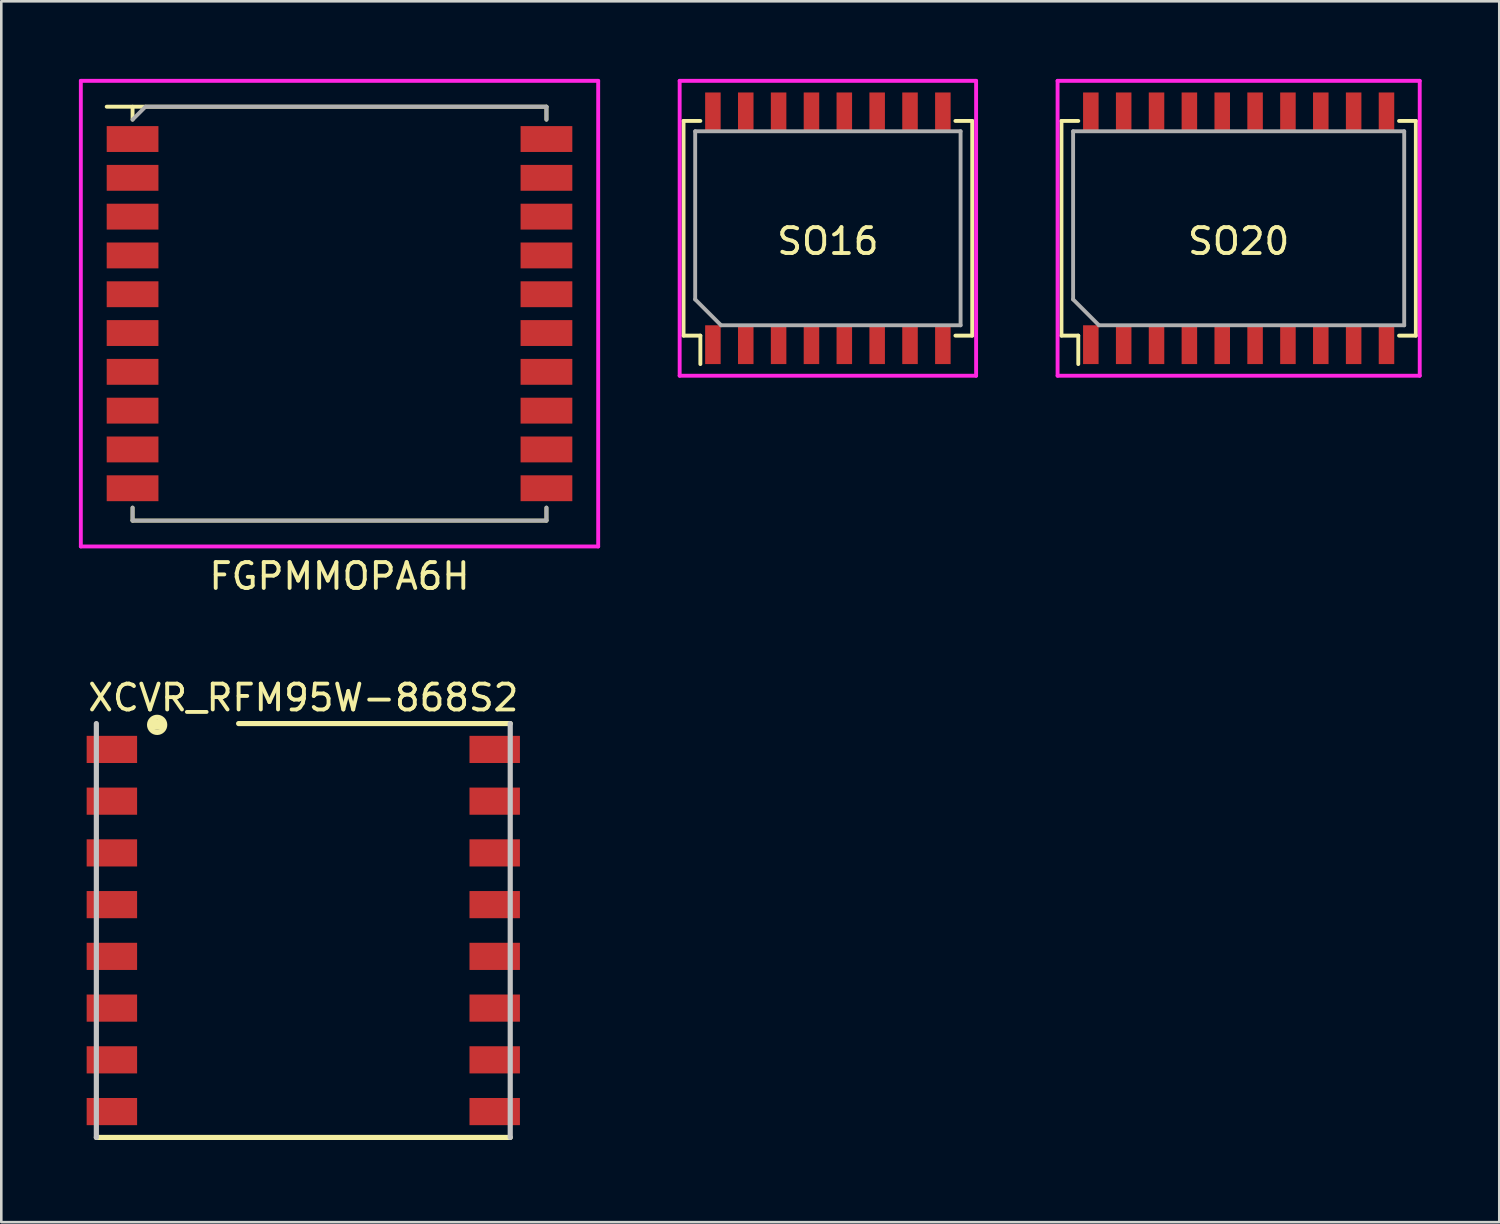
<source format=kicad_pcb>
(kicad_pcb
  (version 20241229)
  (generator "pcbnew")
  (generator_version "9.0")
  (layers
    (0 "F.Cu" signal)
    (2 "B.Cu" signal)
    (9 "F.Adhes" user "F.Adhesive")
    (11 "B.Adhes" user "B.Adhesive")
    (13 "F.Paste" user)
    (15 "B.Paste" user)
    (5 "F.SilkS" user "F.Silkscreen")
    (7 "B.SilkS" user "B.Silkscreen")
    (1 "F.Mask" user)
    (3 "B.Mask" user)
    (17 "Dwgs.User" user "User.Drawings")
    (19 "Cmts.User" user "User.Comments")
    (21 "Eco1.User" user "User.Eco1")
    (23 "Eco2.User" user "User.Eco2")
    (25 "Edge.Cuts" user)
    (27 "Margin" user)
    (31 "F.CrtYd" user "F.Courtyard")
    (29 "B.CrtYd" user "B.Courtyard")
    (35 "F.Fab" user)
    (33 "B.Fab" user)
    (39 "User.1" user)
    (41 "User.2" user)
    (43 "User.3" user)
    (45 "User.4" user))
  (footprint "XCVR_RFM95W-868S2"
    (layer "F.Cu")
    (at 8.675 32.922)
    (property "Reference" "XCVR_RFM95W-868S2" (at 0 -9 0) (layer "F.SilkS") (effects (font (size 1 1) (thickness 0.15))))
    (attr smd)
    (fp_line (start -2.5 -8) (end 8 -8) (stroke (width 0.2) (type solid)) (layer "F.SilkS"))
    (fp_line (start 8 8) (end -8 8) (stroke (width 0.2) (type solid)) (layer "F.SilkS"))
    (fp_circle (center -5.65 -7.95) (end -5.358 -7.95) (stroke (width 0.2) (type solid)) (fill no) (layer "F.SilkS"))
    (fp_poly (pts (xy -5.912 -8.15) (xy -5.4 -8.15) (xy -5.4 -7.758) (xy -5.912 -7.758)) (stroke (width 0) (type solid)) (fill yes) (layer "F.SilkS"))
    (fp_line (start -8 8) (end -8 -8) (stroke (width 0.2) (type solid)) (layer "Dwgs.User"))
    (fp_line (start 8 -8) (end 8 8) (stroke (width 0.2) (type solid)) (layer "Dwgs.User"))
    (fp_line (start -8.65 -8.25) (end 8.65 -8.25) (stroke (width 0.05) (type solid)) (layer "Eco1.User"))
    (fp_line (start -8.65 8.25) (end -8.65 -8.25) (stroke (width 0.05) (type solid)) (layer "Eco1.User"))
    (fp_line (start 8.65 -8.25) (end 8.65 8.25) (stroke (width 0.05) (type solid)) (layer "Eco1.User"))
    (fp_line (start 8.65 8.25) (end -8.65 8.25) (stroke (width 0.05) (type solid)) (layer "Eco1.User"))
    (pad "1" smd rect (at -7.4 -7) (size 1.95 1.05) (layers "F.Cu" "F.Mask" "F.Paste"))
    (pad "2" smd rect (at -7.4 -5) (size 1.95 1.05) (layers "F.Cu" "F.Mask" "F.Paste"))
    (pad "3" smd rect (at -7.4 -3) (size 1.95 1.05) (layers "F.Cu" "F.Mask" "F.Paste"))
    (pad "4" smd rect (at -7.4 -1) (size 1.95 1.05) (layers "F.Cu" "F.Mask" "F.Paste"))
    (pad "5" smd rect (at -7.4 1) (size 1.95 1.05) (layers "F.Cu" "F.Mask" "F.Paste"))
    (pad "6" smd rect (at -7.4 3) (size 1.95 1.05) (layers "F.Cu" "F.Mask" "F.Paste"))
    (pad "7" smd rect (at -7.4 5) (size 1.95 1.05) (layers "F.Cu" "F.Mask" "F.Paste"))
    (pad "8" smd rect (at -7.4 7) (size 1.95 1.05) (layers "F.Cu" "F.Mask" "F.Paste"))
    (pad "9" smd rect (at 7.4 7 180) (size 1.95 1.05) (layers "F.Cu" "F.Mask" "F.Paste"))
    (pad "10" smd rect (at 7.4 5 180) (size 1.95 1.05) (layers "F.Cu" "F.Mask" "F.Paste"))
    (pad "11" smd rect (at 7.4 3 180) (size 1.95 1.05) (layers "F.Cu" "F.Mask" "F.Paste"))
    (pad "12" smd rect (at 7.4 1 180) (size 1.95 1.05) (layers "F.Cu" "F.Mask" "F.Paste"))
    (pad "13" smd rect (at 7.4 -1 180) (size 1.95 1.05) (layers "F.Cu" "F.Mask" "F.Paste"))
    (pad "14" smd rect (at 7.4 -3 180) (size 1.95 1.05) (layers "F.Cu" "F.Mask" "F.Paste"))
    (pad "15" smd rect (at 7.4 -5 180) (size 1.95 1.05) (layers "F.Cu" "F.Mask" "F.Paste"))
    (pad "16" smd rect (at 7.4 -7 180) (size 1.95 1.05) (layers "F.Cu" "F.Mask" "F.Paste")))
  (footprint "SO20"
    (layer "F.Cu")
    (at 44.835 5.775)
    (property "Reference" "SO20" (at 0 0.5 0) (layer "F.SilkS") (effects (font (size 1 1) (thickness 0.15))))
    (attr through_hole)
    (fp_line (start -6.85 -4.15) (end -6.85 4.15) (stroke (width 0.15) (type solid)) (layer "F.SilkS"))
    (fp_line (start -6.2 -4.15) (end -6.85 -4.15) (stroke (width 0.15) (type solid)) (layer "F.SilkS"))
    (fp_line (start -6.2 4.15) (end -6.85 4.15) (stroke (width 0.15) (type solid)) (layer "F.SilkS"))
    (fp_line (start -6.2 5.25) (end -6.2 4.15) (stroke (width 0.15) (type solid)) (layer "F.SilkS"))
    (fp_line (start 6.85 -4.15) (end 6.2 -4.15) (stroke (width 0.15) (type solid)) (layer "F.SilkS"))
    (fp_line (start 6.85 -4.15) (end 6.85 4.15) (stroke (width 0.15) (type solid)) (layer "F.SilkS"))
    (fp_line (start 6.85 4.15) (end 6.2 4.15) (stroke (width 0.15) (type solid)) (layer "F.SilkS"))
    (fp_line (start -7 -5.7) (end 7 -5.7) (stroke (width 0.15) (type solid)) (layer "F.CrtYd"))
    (fp_line (start -7 5.7) (end -7 -5.7) (stroke (width 0.15) (type solid)) (layer "F.CrtYd"))
    (fp_line (start 7 -5.7) (end 7 5.7) (stroke (width 0.15) (type solid)) (layer "F.CrtYd"))
    (fp_line (start 7 5.7) (end -7 5.7) (stroke (width 0.15) (type solid)) (layer "F.CrtYd"))
    (fp_line (start -6.4 2.75) (end -6.4 -3.75) (stroke (width 0.15) (type solid)) (layer "F.Fab"))
    (fp_line (start -6.4 2.75) (end -5.4 3.75) (stroke (width 0.15) (type solid)) (layer "F.Fab"))
    (fp_line (start -5.4 3.75) (end 6.4 3.75) (stroke (width 0.15) (type solid)) (layer "F.Fab"))
    (fp_line (start 6.4 -3.75) (end -6.4 -3.75) (stroke (width 0.15) (type solid)) (layer "F.Fab"))
    (fp_line (start 6.4 -3.75) (end 6.4 3.75) (stroke (width 0.15) (type solid)) (layer "F.Fab"))
    (pad "1" smd rect (at -5.715 4.5) (size 0.6 1.5) (layers "F.Cu" "F.Mask" "F.Paste"))
    (pad "2" smd rect (at -4.445 4.5) (size 0.6 1.5) (layers "F.Cu" "F.Mask" "F.Paste"))
    (pad "3" smd rect (at -3.175 4.5) (size 0.6 1.5) (layers "F.Cu" "F.Mask" "F.Paste"))
    (pad "4" smd rect (at -1.905 4.5) (size 0.6 1.5) (layers "F.Cu" "F.Mask" "F.Paste"))
    (pad "5" smd rect (at -0.635 4.5) (size 0.6 1.5) (layers "F.Cu" "F.Mask" "F.Paste"))
    (pad "6" smd rect (at 0.635 4.5) (size 0.6 1.5) (layers "F.Cu" "F.Mask" "F.Paste"))
    (pad "7" smd rect (at 1.905 4.5) (size 0.6 1.5) (layers "F.Cu" "F.Mask" "F.Paste"))
    (pad "8" smd rect (at 3.175 4.5) (size 0.6 1.5) (layers "F.Cu" "F.Mask" "F.Paste"))
    (pad "9" smd rect (at 4.445 4.5) (size 0.6 1.5) (layers "F.Cu" "F.Mask" "F.Paste"))
    (pad "10" smd rect (at 5.715 4.5) (size 0.6 1.5) (layers "F.Cu" "F.Mask" "F.Paste"))
    (pad "11" smd rect (at 5.715 -4.5) (size 0.6 1.5) (layers "F.Cu" "F.Mask" "F.Paste"))
    (pad "12" smd rect (at 4.445 -4.5) (size 0.6 1.5) (layers "F.Cu" "F.Mask" "F.Paste"))
    (pad "13" smd rect (at 3.175 -4.5) (size 0.6 1.5) (layers "F.Cu" "F.Mask" "F.Paste"))
    (pad "14" smd rect (at 1.905 -4.5) (size 0.6 1.5) (layers "F.Cu" "F.Mask" "F.Paste"))
    (pad "15" smd rect (at 0.635 -4.5) (size 0.6 1.5) (layers "F.Cu" "F.Mask" "F.Paste"))
    (pad "16" smd rect (at -0.635 -4.5) (size 0.6 1.5) (layers "F.Cu" "F.Mask" "F.Paste"))
    (pad "17" smd rect (at -1.905 -4.5) (size 0.6 1.5) (layers "F.Cu" "F.Mask" "F.Paste"))
    (pad "18" smd rect (at -3.175 -4.5) (size 0.6 1.5) (layers "F.Cu" "F.Mask" "F.Paste"))
    (pad "19" smd rect (at -4.445 -4.5) (size 0.6 1.5) (layers "F.Cu" "F.Mask" "F.Paste"))
    (pad "20" smd rect (at -5.715 -4.5) (size 0.6 1.5) (layers "F.Cu" "F.Mask" "F.Paste")))
  (footprint "SO16"
    (layer "F.Cu")
    (at 28.955 5.775)
    (property "Reference" "SO16" (at 0 0.5 0) (layer "F.SilkS") (effects (font (size 1 1) (thickness 0.15))))
    (attr smd)
    (fp_line (start -5.58 -4.15) (end -5.58 4.15) (stroke (width 0.15) (type solid)) (layer "F.SilkS"))
    (fp_line (start -4.93 -4.15) (end -5.58 -4.15) (stroke (width 0.15) (type solid)) (layer "F.SilkS"))
    (fp_line (start -4.93 4.15) (end -5.58 4.15) (stroke (width 0.15) (type solid)) (layer "F.SilkS"))
    (fp_line (start -4.93 5.25) (end -4.93 4.15) (stroke (width 0.15) (type solid)) (layer "F.SilkS"))
    (fp_line (start 5.58 -4.15) (end 4.93 -4.15) (stroke (width 0.15) (type solid)) (layer "F.SilkS"))
    (fp_line (start 5.58 -4.15) (end 5.58 4.15) (stroke (width 0.15) (type solid)) (layer "F.SilkS"))
    (fp_line (start 5.58 4.15) (end 4.93 4.15) (stroke (width 0.15) (type solid)) (layer "F.SilkS"))
    (fp_line (start -5.73 -5.7) (end 5.73 -5.7) (stroke (width 0.15) (type solid)) (layer "F.CrtYd"))
    (fp_line (start -5.73 5.7) (end -5.73 -5.7) (stroke (width 0.15) (type solid)) (layer "F.CrtYd"))
    (fp_line (start 5.73 -5.7) (end 5.73 5.7) (stroke (width 0.15) (type solid)) (layer "F.CrtYd"))
    (fp_line (start 5.73 5.7) (end -5.73 5.7) (stroke (width 0.15) (type solid)) (layer "F.CrtYd"))
    (fp_line (start -5.13 2.75) (end -5.13 -3.75) (stroke (width 0.15) (type solid)) (layer "F.Fab"))
    (fp_line (start -5.13 2.75) (end -4.13 3.75) (stroke (width 0.15) (type solid)) (layer "F.Fab"))
    (fp_line (start -4.13 3.75) (end 5.13 3.75) (stroke (width 0.15) (type solid)) (layer "F.Fab"))
    (fp_line (start 5.13 -3.75) (end -5.13 -3.75) (stroke (width 0.15) (type solid)) (layer "F.Fab"))
    (fp_line (start 5.13 -3.75) (end 5.13 3.75) (stroke (width 0.15) (type solid)) (layer "F.Fab"))
    (pad "1" smd rect (at -4.445 4.5) (size 0.6 1.5) (layers "F.Cu" "F.Mask" "F.Paste"))
    (pad "2" smd rect (at -3.175 4.5) (size 0.6 1.5) (layers "F.Cu" "F.Mask" "F.Paste"))
    (pad "3" smd rect (at -1.905 4.5) (size 0.6 1.5) (layers "F.Cu" "F.Mask" "F.Paste"))
    (pad "4" smd rect (at -0.635 4.5) (size 0.6 1.5) (layers "F.Cu" "F.Mask" "F.Paste"))
    (pad "5" smd rect (at 0.635 4.5) (size 0.6 1.5) (layers "F.Cu" "F.Mask" "F.Paste"))
    (pad "6" smd rect (at 1.905 4.5) (size 0.6 1.5) (layers "F.Cu" "F.Mask" "F.Paste"))
    (pad "7" smd rect (at 3.175 4.5) (size 0.6 1.5) (layers "F.Cu" "F.Mask" "F.Paste"))
    (pad "8" smd rect (at 4.445 4.5) (size 0.6 1.5) (layers "F.Cu" "F.Mask" "F.Paste"))
    (pad "9" smd rect (at 4.445 -4.5) (size 0.6 1.5) (layers "F.Cu" "F.Mask" "F.Paste"))
    (pad "10" smd rect (at 3.175 -4.5) (size 0.6 1.5) (layers "F.Cu" "F.Mask" "F.Paste"))
    (pad "11" smd rect (at 1.905 -4.5) (size 0.6 1.5) (layers "F.Cu" "F.Mask" "F.Paste"))
    (pad "12" smd rect (at 0.635 -4.5) (size 0.6 1.5) (layers "F.Cu" "F.Mask" "F.Paste"))
    (pad "13" smd rect (at -0.635 -4.5) (size 0.6 1.5) (layers "F.Cu" "F.Mask" "F.Paste"))
    (pad "14" smd rect (at -1.905 -4.5) (size 0.6 1.5) (layers "F.Cu" "F.Mask" "F.Paste"))
    (pad "15" smd rect (at -3.175 -4.5) (size 0.6 1.5) (layers "F.Cu" "F.Mask" "F.Paste"))
    (pad "16" smd rect (at -4.445 -4.5) (size 0.6 1.5) (layers "F.Cu" "F.Mask" "F.Paste")))
  (footprint "FGPMMOPA6H"
    (layer "F.Cu")
    (at 10.075 9.075)
    (property "Reference" "FGPMMOPA6H" (at 0 10.15 0) (layer "F.SilkS") (effects (font (size 1 1) (thickness 0.15))))
    (attr through_hole)
    (fp_line (start -9 -8) (end 8 -8) (stroke (width 0.15) (type solid)) (layer "F.SilkS"))
    (fp_line (start -8 -7.5) (end -8 -8) (stroke (width 0.15) (type solid)) (layer "F.SilkS"))
    (fp_line (start -8 7.5) (end -8 8) (stroke (width 0.15) (type solid)) (layer "F.SilkS"))
    (fp_line (start 8 -8) (end 8 -7.5) (stroke (width 0.15) (type solid)) (layer "F.SilkS"))
    (fp_line (start 8 7.5) (end 8 8) (stroke (width 0.15) (type solid)) (layer "F.SilkS"))
    (fp_line (start 8 8) (end -8 8) (stroke (width 0.15) (type solid)) (layer "F.SilkS"))
    (fp_line (start -10 -9) (end 10 -9) (stroke (width 0.15) (type solid)) (layer "F.CrtYd"))
    (fp_line (start -10 9) (end -10 -9) (stroke (width 0.15) (type solid)) (layer "F.CrtYd"))
    (fp_line (start 10 -9) (end 10 9) (stroke (width 0.15) (type solid)) (layer "F.CrtYd"))
    (fp_line (start 10 9) (end -10 9) (stroke (width 0.15) (type solid)) (layer "F.CrtYd"))
    (fp_line (start -8 -7.5) (end -7.5 -8) (stroke (width 0.15) (type solid)) (layer "F.Fab"))
    (fp_line (start -8 7.5) (end -8 8) (stroke (width 0.15) (type solid)) (layer "F.Fab"))
    (fp_line (start -8 8) (end 8 8) (stroke (width 0.15) (type solid)) (layer "F.Fab"))
    (fp_line (start -7.5 -8) (end 8 -8) (stroke (width 0.15) (type solid)) (layer "F.Fab"))
    (fp_line (start 8 -7.5) (end 8 -8) (stroke (width 0.15) (type solid)) (layer "F.Fab"))
    (fp_line (start 8 8) (end 8 7.5) (stroke (width 0.15) (type solid)) (layer "F.Fab"))
    (pad "1" smd rect (at -8 -6.75) (size 2 1) (layers "F.Cu" "F.Mask" "F.Paste"))
    (pad "2" smd rect (at -8 -5.25) (size 2 1) (layers "F.Cu" "F.Mask" "F.Paste"))
    (pad "3" smd rect (at -8 -3.75) (size 2 1) (layers "F.Cu" "F.Mask" "F.Paste"))
    (pad "4" smd rect (at -8 -2.25) (size 2 1) (layers "F.Cu" "F.Mask" "F.Paste"))
    (pad "5" smd rect (at -8 -0.75) (size 2 1) (layers "F.Cu" "F.Mask" "F.Paste"))
    (pad "6" smd rect (at -8 0.75) (size 2 1) (layers "F.Cu" "F.Mask" "F.Paste"))
    (pad "7" smd rect (at -8 2.25) (size 2 1) (layers "F.Cu" "F.Mask" "F.Paste"))
    (pad "8" smd rect (at -8 3.75) (size 2 1) (layers "F.Cu" "F.Mask" "F.Paste"))
    (pad "9" smd rect (at -8 5.25) (size 2 1) (layers "F.Cu" "F.Mask" "F.Paste"))
    (pad "10" smd rect (at -8 6.75) (size 2 1) (layers "F.Cu" "F.Mask" "F.Paste"))
    (pad "11" smd rect (at 8 6.75) (size 2 1) (layers "F.Cu" "F.Mask" "F.Paste"))
    (pad "12" smd rect (at 8 5.25) (size 2 1) (layers "F.Cu" "F.Mask" "F.Paste"))
    (pad "13" smd rect (at 8 3.75) (size 2 1) (layers "F.Cu" "F.Mask" "F.Paste"))
    (pad "14" smd rect (at 8 2.25) (size 2 1) (layers "F.Cu" "F.Mask" "F.Paste"))
    (pad "15" smd rect (at 8 0.75) (size 2 1) (layers "F.Cu" "F.Mask" "F.Paste"))
    (pad "16" smd rect (at 8 -0.75) (size 2 1) (layers "F.Cu" "F.Mask" "F.Paste"))
    (pad "17" smd rect (at 8 -2.25) (size 2 1) (layers "F.Cu" "F.Mask" "F.Paste"))
    (pad "18" smd rect (at 8 -3.75) (size 2 1) (layers "F.Cu" "F.Mask" "F.Paste"))
    (pad "19" smd rect (at 8 -5.25) (size 2 1) (layers "F.Cu" "F.Mask" "F.Paste"))
    (pad "20" smd rect (at 8 -6.75) (size 2 1) (layers "F.Cu" "F.Mask" "F.Paste")))
  (gr_rect
    (start -3 -3)
    (end 54.91 44.197)
    (stroke (width 0.1) (type default))
    (fill no)
    (layer "Edge.Cuts")))
</source>
